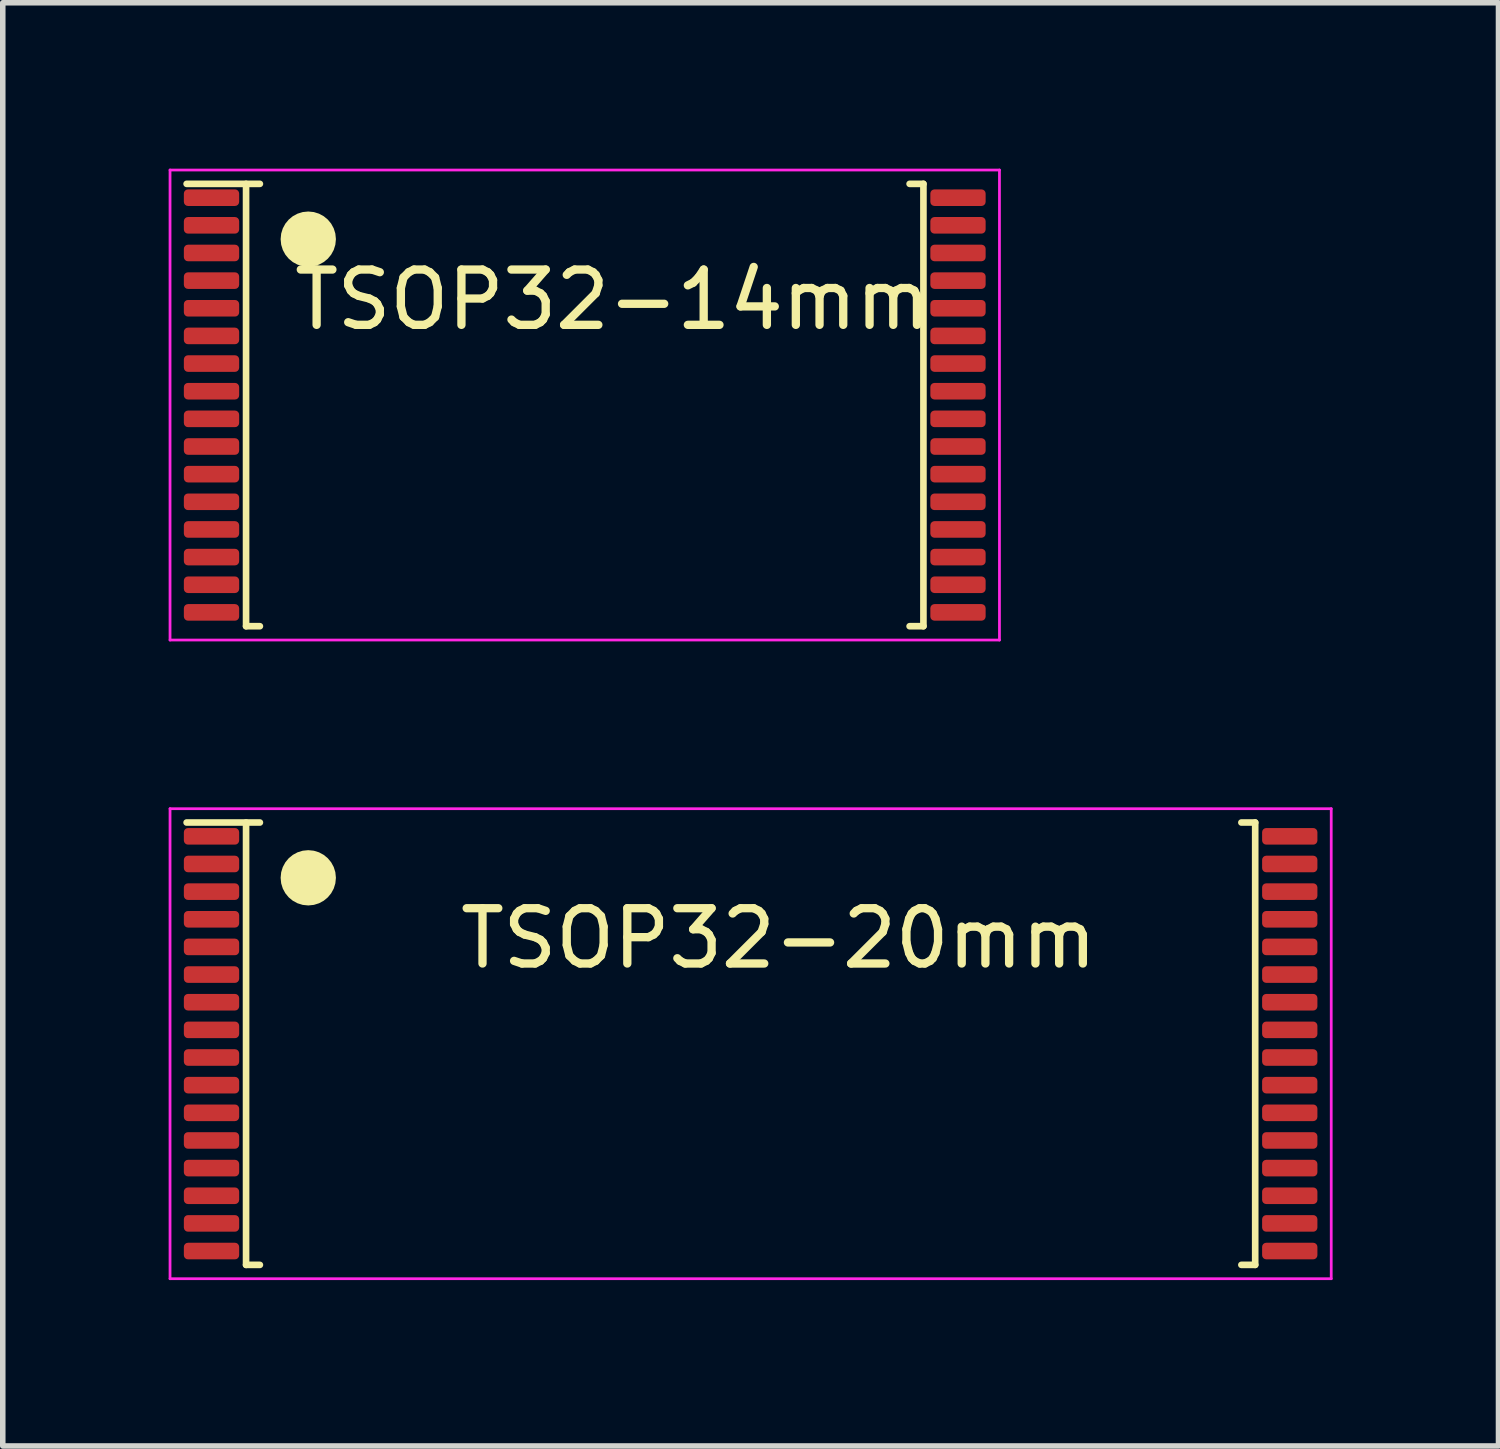
<source format=kicad_pcb>
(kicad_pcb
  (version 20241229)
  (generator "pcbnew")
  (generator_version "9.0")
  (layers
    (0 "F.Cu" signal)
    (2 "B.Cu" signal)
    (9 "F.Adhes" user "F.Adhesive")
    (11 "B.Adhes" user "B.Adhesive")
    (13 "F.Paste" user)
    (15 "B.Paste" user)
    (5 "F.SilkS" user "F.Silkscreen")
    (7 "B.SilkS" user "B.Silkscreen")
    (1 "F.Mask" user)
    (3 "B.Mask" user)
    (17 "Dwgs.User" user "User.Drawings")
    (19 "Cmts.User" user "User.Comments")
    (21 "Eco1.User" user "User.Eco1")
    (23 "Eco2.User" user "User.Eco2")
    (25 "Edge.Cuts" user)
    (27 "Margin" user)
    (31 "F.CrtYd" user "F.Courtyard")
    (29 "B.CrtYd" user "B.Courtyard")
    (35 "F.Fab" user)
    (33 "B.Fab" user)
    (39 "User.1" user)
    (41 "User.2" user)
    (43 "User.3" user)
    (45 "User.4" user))
  (footprint "TSOP32-20mm"
    (layer "F.Cu")
    (at 10.525 15.825)
    (property "Reference" "TSOP32-20mm" (at 0.508 -1.905 0) (layer "F.SilkS") (effects (font (size 1 1) (thickness 0.15))))
    (attr smd)
    (fp_line (start -10.2 -4) (end -8.875 -4) (stroke (width 0.12) (type solid)) (layer "F.SilkS"))
    (fp_line (start -9.125 -4) (end -9.125 4) (stroke (width 0.12) (type solid)) (layer "F.SilkS"))
    (fp_line (start -9.125 4) (end -8.875 4) (stroke (width 0.12) (type solid)) (layer "F.SilkS"))
    (fp_line (start 9.125 -4) (end 8.875 -4) (stroke (width 0.12) (type solid)) (layer "F.SilkS"))
    (fp_line (start 9.125 4) (end 8.875 4) (stroke (width 0.12) (type solid)) (layer "F.SilkS"))
    (fp_line (start 9.125 4) (end 9.125 -4) (stroke (width 0.12) (type solid)) (layer "F.SilkS"))
    (fp_circle (center -8 -3) (end -8 -2.75) (stroke (width 0.5) (type solid)) (fill no) (layer "F.SilkS"))
    (fp_line (start -10.5 -4.25) (end -10.5 4.25) (stroke (width 0.05) (type solid)) (layer "F.CrtYd"))
    (fp_line (start -10.5 4.25) (end 10.5 4.25) (stroke (width 0.05) (type solid)) (layer "F.CrtYd"))
    (fp_line (start 10.5 -4.25) (end -10.5 -4.25) (stroke (width 0.05) (type solid)) (layer "F.CrtYd"))
    (fp_line (start 10.5 4.25) (end 10.5 -4.25) (stroke (width 0.05) (type solid)) (layer "F.CrtYd"))
    (pad "1" smd roundrect (at -9.75 -3.75 270) (size 0.3 1) (layers "F.Cu" "F.Mask" "F.Paste") (roundrect_rratio 0.25))
    (pad "2" smd roundrect (at -9.75 -3.25 270) (size 0.3 1) (layers "F.Cu" "F.Mask" "F.Paste") (roundrect_rratio 0.25))
    (pad "3" smd roundrect (at -9.75 -2.75 270) (size 0.3 1) (layers "F.Cu" "F.Mask" "F.Paste") (roundrect_rratio 0.25))
    (pad "4" smd roundrect (at -9.75 -2.25 270) (size 0.3 1) (layers "F.Cu" "F.Mask" "F.Paste") (roundrect_rratio 0.25))
    (pad "5" smd roundrect (at -9.75 -1.75 270) (size 0.3 1) (layers "F.Cu" "F.Mask" "F.Paste") (roundrect_rratio 0.25))
    (pad "6" smd roundrect (at -9.75 -1.25 270) (size 0.3 1) (layers "F.Cu" "F.Mask" "F.Paste") (roundrect_rratio 0.25))
    (pad "7" smd roundrect (at -9.75 -0.75 270) (size 0.3 1) (layers "F.Cu" "F.Mask" "F.Paste") (roundrect_rratio 0.25))
    (pad "8" smd roundrect (at -9.75 -0.25 270) (size 0.3 1) (layers "F.Cu" "F.Mask" "F.Paste") (roundrect_rratio 0.25))
    (pad "9" smd roundrect (at -9.75 0.25 270) (size 0.3 1) (layers "F.Cu" "F.Mask" "F.Paste") (roundrect_rratio 0.25))
    (pad "10" smd roundrect (at -9.75 0.75 270) (size 0.3 1) (layers "F.Cu" "F.Mask" "F.Paste") (roundrect_rratio 0.25))
    (pad "11" smd roundrect (at -9.75 1.25 270) (size 0.3 1) (layers "F.Cu" "F.Mask" "F.Paste") (roundrect_rratio 0.25))
    (pad "12" smd roundrect (at -9.75 1.75 270) (size 0.3 1) (layers "F.Cu" "F.Mask" "F.Paste") (roundrect_rratio 0.25))
    (pad "13" smd roundrect (at -9.75 2.25 270) (size 0.3 1) (layers "F.Cu" "F.Mask" "F.Paste") (roundrect_rratio 0.25))
    (pad "14" smd roundrect (at -9.75 2.75 270) (size 0.3 1) (layers "F.Cu" "F.Mask" "F.Paste") (roundrect_rratio 0.25))
    (pad "15" smd roundrect (at -9.75 3.25 270) (size 0.3 1) (layers "F.Cu" "F.Mask" "F.Paste") (roundrect_rratio 0.25))
    (pad "16" smd roundrect (at -9.75 3.75 270) (size 0.3 1) (layers "F.Cu" "F.Mask" "F.Paste") (roundrect_rratio 0.25))
    (pad "17" smd roundrect (at 9.75 3.75 270) (size 0.3 1) (layers "F.Cu" "F.Mask" "F.Paste") (roundrect_rratio 0.25))
    (pad "18" smd roundrect (at 9.75 3.25 270) (size 0.3 1) (layers "F.Cu" "F.Mask" "F.Paste") (roundrect_rratio 0.25))
    (pad "19" smd roundrect (at 9.75 2.75 270) (size 0.3 1) (layers "F.Cu" "F.Mask" "F.Paste") (roundrect_rratio 0.25))
    (pad "20" smd roundrect (at 9.75 2.25 270) (size 0.3 1) (layers "F.Cu" "F.Mask" "F.Paste") (roundrect_rratio 0.25))
    (pad "21" smd roundrect (at 9.75 1.75 270) (size 0.3 1) (layers "F.Cu" "F.Mask" "F.Paste") (roundrect_rratio 0.25))
    (pad "22" smd roundrect (at 9.75 1.25 270) (size 0.3 1) (layers "F.Cu" "F.Mask" "F.Paste") (roundrect_rratio 0.25))
    (pad "23" smd roundrect (at 9.75 0.75 270) (size 0.3 1) (layers "F.Cu" "F.Mask" "F.Paste") (roundrect_rratio 0.25))
    (pad "24" smd roundrect (at 9.75 0.25 270) (size 0.3 1) (layers "F.Cu" "F.Mask" "F.Paste") (roundrect_rratio 0.25))
    (pad "25" smd roundrect (at 9.75 -0.25 270) (size 0.3 1) (layers "F.Cu" "F.Mask" "F.Paste") (roundrect_rratio 0.25))
    (pad "26" smd roundrect (at 9.75 -0.75 270) (size 0.3 1) (layers "F.Cu" "F.Mask" "F.Paste") (roundrect_rratio 0.25))
    (pad "27" smd roundrect (at 9.75 -1.25 270) (size 0.3 1) (layers "F.Cu" "F.Mask" "F.Paste") (roundrect_rratio 0.25))
    (pad "28" smd roundrect (at 9.75 -1.75 270) (size 0.3 1) (layers "F.Cu" "F.Mask" "F.Paste") (roundrect_rratio 0.25))
    (pad "29" smd roundrect (at 9.75 -2.25 270) (size 0.3 1) (layers "F.Cu" "F.Mask" "F.Paste") (roundrect_rratio 0.25))
    (pad "30" smd roundrect (at 9.75 -2.75 270) (size 0.3 1) (layers "F.Cu" "F.Mask" "F.Paste") (roundrect_rratio 0.25))
    (pad "31" smd roundrect (at 9.75 -3.25 270) (size 0.3 1) (layers "F.Cu" "F.Mask" "F.Paste") (roundrect_rratio 0.25))
    (pad "32" smd roundrect (at 9.75 -3.75 270) (size 0.3 1) (layers "F.Cu" "F.Mask" "F.Paste") (roundrect_rratio 0.25)))
  (footprint "TSOP32-14mm"
    (layer "F.Cu")
    (at 7.525 4.275)
    (property "Reference" "TSOP32-14mm" (at 0.508 -1.905 0) (layer "F.SilkS") (effects (font (size 1 1) (thickness 0.15))))
    (attr smd)
    (fp_line (start -7.2 -4) (end -5.875 -4) (stroke (width 0.12) (type solid)) (layer "F.SilkS"))
    (fp_line (start -6.125 -4) (end -6.125 4) (stroke (width 0.12) (type solid)) (layer "F.SilkS"))
    (fp_line (start -6.125 4) (end -5.875 4) (stroke (width 0.12) (type solid)) (layer "F.SilkS"))
    (fp_line (start 6.125 -4) (end 5.875 -4) (stroke (width 0.12) (type solid)) (layer "F.SilkS"))
    (fp_line (start 6.125 4) (end 5.875 4) (stroke (width 0.12) (type solid)) (layer "F.SilkS"))
    (fp_line (start 6.125 4) (end 6.125 -4) (stroke (width 0.12) (type solid)) (layer "F.SilkS"))
    (fp_circle (center -5 -3) (end -5 -2.75) (stroke (width 0.5) (type solid)) (fill no) (layer "F.SilkS"))
    (fp_line (start -7.5 -4.25) (end -7.5 4.25) (stroke (width 0.05) (type solid)) (layer "F.CrtYd"))
    (fp_line (start -7.5 4.25) (end 7.5 4.25) (stroke (width 0.05) (type solid)) (layer "F.CrtYd"))
    (fp_line (start 7.5 -4.25) (end -7.5 -4.25) (stroke (width 0.05) (type solid)) (layer "F.CrtYd"))
    (fp_line (start 7.5 4.25) (end 7.5 -4.25) (stroke (width 0.05) (type solid)) (layer "F.CrtYd"))
    (pad "1" smd roundrect (at -6.75 -3.75 270) (size 0.3 1) (layers "F.Cu" "F.Mask" "F.Paste") (roundrect_rratio 0.25))
    (pad "2" smd roundrect (at -6.75 -3.25 270) (size 0.3 1) (layers "F.Cu" "F.Mask" "F.Paste") (roundrect_rratio 0.25))
    (pad "3" smd roundrect (at -6.75 -2.75 270) (size 0.3 1) (layers "F.Cu" "F.Mask" "F.Paste") (roundrect_rratio 0.25))
    (pad "4" smd roundrect (at -6.75 -2.25 270) (size 0.3 1) (layers "F.Cu" "F.Mask" "F.Paste") (roundrect_rratio 0.25))
    (pad "5" smd roundrect (at -6.75 -1.75 270) (size 0.3 1) (layers "F.Cu" "F.Mask" "F.Paste") (roundrect_rratio 0.25))
    (pad "6" smd roundrect (at -6.75 -1.25 270) (size 0.3 1) (layers "F.Cu" "F.Mask" "F.Paste") (roundrect_rratio 0.25))
    (pad "7" smd roundrect (at -6.75 -0.75 270) (size 0.3 1) (layers "F.Cu" "F.Mask" "F.Paste") (roundrect_rratio 0.25))
    (pad "8" smd roundrect (at -6.75 -0.25 270) (size 0.3 1) (layers "F.Cu" "F.Mask" "F.Paste") (roundrect_rratio 0.25))
    (pad "9" smd roundrect (at -6.75 0.25 270) (size 0.3 1) (layers "F.Cu" "F.Mask" "F.Paste") (roundrect_rratio 0.25))
    (pad "10" smd roundrect (at -6.75 0.75 270) (size 0.3 1) (layers "F.Cu" "F.Mask" "F.Paste") (roundrect_rratio 0.25))
    (pad "11" smd roundrect (at -6.75 1.25 270) (size 0.3 1) (layers "F.Cu" "F.Mask" "F.Paste") (roundrect_rratio 0.25))
    (pad "12" smd roundrect (at -6.75 1.75 270) (size 0.3 1) (layers "F.Cu" "F.Mask" "F.Paste") (roundrect_rratio 0.25))
    (pad "13" smd roundrect (at -6.75 2.25 270) (size 0.3 1) (layers "F.Cu" "F.Mask" "F.Paste") (roundrect_rratio 0.25))
    (pad "14" smd roundrect (at -6.75 2.75 270) (size 0.3 1) (layers "F.Cu" "F.Mask" "F.Paste") (roundrect_rratio 0.25))
    (pad "15" smd roundrect (at -6.75 3.25 270) (size 0.3 1) (layers "F.Cu" "F.Mask" "F.Paste") (roundrect_rratio 0.25))
    (pad "16" smd roundrect (at -6.75 3.75 270) (size 0.3 1) (layers "F.Cu" "F.Mask" "F.Paste") (roundrect_rratio 0.25))
    (pad "17" smd roundrect (at 6.75 3.75 270) (size 0.3 1) (layers "F.Cu" "F.Mask" "F.Paste") (roundrect_rratio 0.25))
    (pad "18" smd roundrect (at 6.75 3.25 270) (size 0.3 1) (layers "F.Cu" "F.Mask" "F.Paste") (roundrect_rratio 0.25))
    (pad "19" smd roundrect (at 6.75 2.75 270) (size 0.3 1) (layers "F.Cu" "F.Mask" "F.Paste") (roundrect_rratio 0.25))
    (pad "20" smd roundrect (at 6.75 2.25 270) (size 0.3 1) (layers "F.Cu" "F.Mask" "F.Paste") (roundrect_rratio 0.25))
    (pad "21" smd roundrect (at 6.75 1.75 270) (size 0.3 1) (layers "F.Cu" "F.Mask" "F.Paste") (roundrect_rratio 0.25))
    (pad "22" smd roundrect (at 6.75 1.25 270) (size 0.3 1) (layers "F.Cu" "F.Mask" "F.Paste") (roundrect_rratio 0.25))
    (pad "23" smd roundrect (at 6.75 0.75 270) (size 0.3 1) (layers "F.Cu" "F.Mask" "F.Paste") (roundrect_rratio 0.25))
    (pad "24" smd roundrect (at 6.75 0.25 270) (size 0.3 1) (layers "F.Cu" "F.Mask" "F.Paste") (roundrect_rratio 0.25))
    (pad "25" smd roundrect (at 6.75 -0.25 270) (size 0.3 1) (layers "F.Cu" "F.Mask" "F.Paste") (roundrect_rratio 0.25))
    (pad "26" smd roundrect (at 6.75 -0.75 270) (size 0.3 1) (layers "F.Cu" "F.Mask" "F.Paste") (roundrect_rratio 0.25))
    (pad "27" smd roundrect (at 6.75 -1.25 270) (size 0.3 1) (layers "F.Cu" "F.Mask" "F.Paste") (roundrect_rratio 0.25))
    (pad "28" smd roundrect (at 6.75 -1.75 270) (size 0.3 1) (layers "F.Cu" "F.Mask" "F.Paste") (roundrect_rratio 0.25))
    (pad "29" smd roundrect (at 6.75 -2.25 270) (size 0.3 1) (layers "F.Cu" "F.Mask" "F.Paste") (roundrect_rratio 0.25))
    (pad "30" smd roundrect (at 6.75 -2.75 270) (size 0.3 1) (layers "F.Cu" "F.Mask" "F.Paste") (roundrect_rratio 0.25))
    (pad "31" smd roundrect (at 6.75 -3.25 270) (size 0.3 1) (layers "F.Cu" "F.Mask" "F.Paste") (roundrect_rratio 0.25))
    (pad "32" smd roundrect (at 6.75 -3.75 270) (size 0.3 1) (layers "F.Cu" "F.Mask" "F.Paste") (roundrect_rratio 0.25)))
  (gr_rect
    (start -3 -3)
    (end 24.05 23.1)
    (stroke (width 0.1) (type default))
    (fill no)
    (layer "Edge.Cuts")))
</source>
